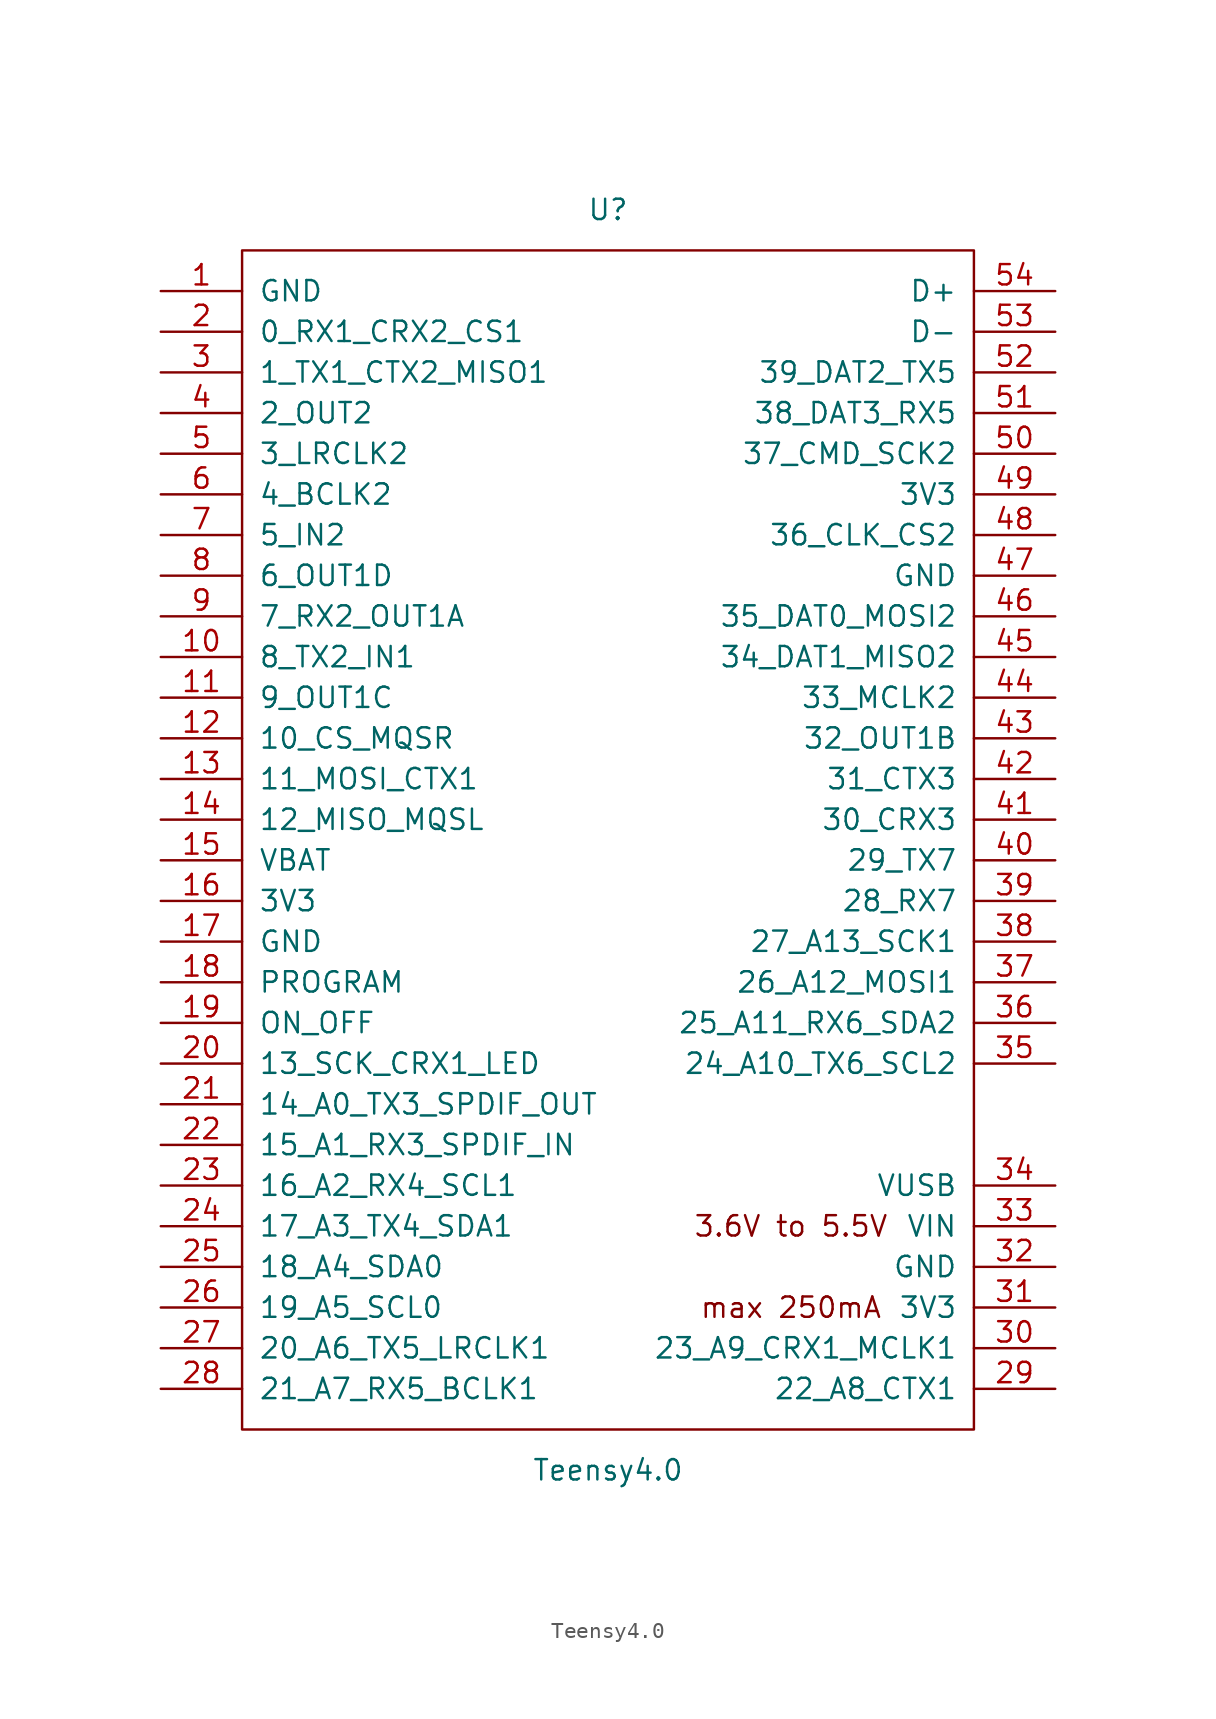
<source format=kicad_sym>
(kicad_symbol_lib
  (version 20201005)
  (generator kicad_symbol_editor)
  (symbol "teensy:Teensy4.0"
    (pin_names
      (offset 1.016))
    (property "Reference" "U"
      (at 0 39.37 0)
      (effects (font (size 1.27 1.27))))
    (property "Value" "Teensy4.0"
      (at 0 -39.37 0)
      (effects (font (size 1.27 1.27))))
    (symbol "Teensy4.0_0_0"
      (text "3.6V to 5.5V" (at 11.43 -24.13 0) (effects (font (size 1.27 1.27))))
      (text "max 250mA" (at 11.43 -29.21 0) (effects (font (size 1.27 1.27))))
      (pin bidirectional line (at -27.94 11.43 0) (length 5.08) (name "8_TX2_IN1" (effects (font (size 1.27 1.27)))) (number "10" (effects (font (size 1.27 1.27)))))
      (pin bidirectional line (at -27.94 8.89 0) (length 5.08) (name "9_OUT1C" (effects (font (size 1.27 1.27)))) (number "11" (effects (font (size 1.27 1.27)))))
      (pin bidirectional line (at -27.94 6.35 0) (length 5.08) (name "10_CS_MQSR" (effects (font (size 1.27 1.27)))) (number "12" (effects (font (size 1.27 1.27)))))
      (pin bidirectional line (at -27.94 3.81 0) (length 5.08) (name "11_MOSI_CTX1" (effects (font (size 1.27 1.27)))) (number "13" (effects (font (size 1.27 1.27)))))
      (pin bidirectional line (at -27.94 1.27 0) (length 5.08) (name "12_MISO_MQSL" (effects (font (size 1.27 1.27)))) (number "14" (effects (font (size 1.27 1.27)))))
      (pin power_in line (at -27.94 -1.27 0) (length 5.08) (name "VBAT" (effects (font (size 1.27 1.27)))) (number "15" (effects (font (size 1.27 1.27)))))
      (pin power_in line (at -27.94 -3.81 0) (length 5.08) (name "3V3" (effects (font (size 1.27 1.27)))) (number "16" (effects (font (size 1.27 1.27)))))
      (pin power_in line (at -27.94 -6.35 0) (length 5.08) (name "GND" (effects (font (size 1.27 1.27)))) (number "17" (effects (font (size 1.27 1.27)))))
      (pin input line (at -27.94 -8.89 0) (length 5.08) (name "PROGRAM" (effects (font (size 1.27 1.27)))) (number "18" (effects (font (size 1.27 1.27)))))
      (pin input line (at -27.94 -11.43 0) (length 5.08) (name "ON_OFF" (effects (font (size 1.27 1.27)))) (number "19" (effects (font (size 1.27 1.27)))))
      (pin bidirectional line (at -27.94 -13.97 0) (length 5.08) (name "13_SCK_CRX1_LED" (effects (font (size 1.27 1.27)))) (number "20" (effects (font (size 1.27 1.27)))))
      (pin bidirectional line (at -27.94 -16.51 0) (length 5.08) (name "14_A0_TX3_SPDIF_OUT" (effects (font (size 1.27 1.27)))) (number "21" (effects (font (size 1.27 1.27)))))
      (pin bidirectional line (at -27.94 -19.05 0) (length 5.08) (name "15_A1_RX3_SPDIF_IN" (effects (font (size 1.27 1.27)))) (number "22" (effects (font (size 1.27 1.27)))))
      (pin bidirectional line (at -27.94 -21.59 0) (length 5.08) (name "16_A2_RX4_SCL1" (effects (font (size 1.27 1.27)))) (number "23" (effects (font (size 1.27 1.27)))))
      (pin bidirectional line (at -27.94 -24.13 0) (length 5.08) (name "17_A3_TX4_SDA1" (effects (font (size 1.27 1.27)))) (number "24" (effects (font (size 1.27 1.27)))))
      (pin bidirectional line (at -27.94 -26.67 0) (length 5.08) (name "18_A4_SDA0" (effects (font (size 1.27 1.27)))) (number "25" (effects (font (size 1.27 1.27)))))
      (pin bidirectional line (at -27.94 -29.21 0) (length 5.08) (name "19_A5_SCL0" (effects (font (size 1.27 1.27)))) (number "26" (effects (font (size 1.27 1.27)))))
      (pin bidirectional line (at -27.94 -31.75 0) (length 5.08) (name "20_A6_TX5_LRCLK1" (effects (font (size 1.27 1.27)))) (number "27" (effects (font (size 1.27 1.27)))))
      (pin bidirectional line (at -27.94 -34.29 0) (length 5.08) (name "21_A7_RX5_BCLK1" (effects (font (size 1.27 1.27)))) (number "28" (effects (font (size 1.27 1.27)))))
      (pin bidirectional line (at 27.94 -34.29 180) (length 5.08) (name "22_A8_CTX1" (effects (font (size 1.27 1.27)))) (number "29" (effects (font (size 1.27 1.27)))))
      (pin bidirectional line (at 27.94 -31.75 180) (length 5.08) (name "23_A9_CRX1_MCLK1" (effects (font (size 1.27 1.27)))) (number "30" (effects (font (size 1.27 1.27)))))
      (pin power_out line (at 27.94 -29.21 180) (length 5.08) (name "3V3" (effects (font (size 1.27 1.27)))) (number "31" (effects (font (size 1.27 1.27)))))
      (pin power_in line (at 27.94 -26.67 180) (length 5.08) (name "GND" (effects (font (size 1.27 1.27)))) (number "32" (effects (font (size 1.27 1.27)))))
      (pin power_in line (at 27.94 -24.13 180) (length 5.08) (name "VIN" (effects (font (size 1.27 1.27)))) (number "33" (effects (font (size 1.27 1.27)))))
      (pin power_out line (at 27.94 -21.59 180) (length 5.08) (name "VUSB" (effects (font (size 1.27 1.27)))) (number "34" (effects (font (size 1.27 1.27)))))
      (pin bidirectional line (at 27.94 -13.97 180) (length 5.08) (name "24_A10_TX6_SCL2" (effects (font (size 1.27 1.27)))) (number "35" (effects (font (size 1.27 1.27)))))
      (pin bidirectional line (at 27.94 -11.43 180) (length 5.08) (name "25_A11_RX6_SDA2" (effects (font (size 1.27 1.27)))) (number "36" (effects (font (size 1.27 1.27)))))
      (pin bidirectional line (at 27.94 -8.89 180) (length 5.08) (name "26_A12_MOSI1" (effects (font (size 1.27 1.27)))) (number "37" (effects (font (size 1.27 1.27)))))
      (pin bidirectional line (at 27.94 -6.35 180) (length 5.08) (name "27_A13_SCK1" (effects (font (size 1.27 1.27)))) (number "38" (effects (font (size 1.27 1.27)))))
      (pin bidirectional line (at 27.94 -3.81 180) (length 5.08) (name "28_RX7" (effects (font (size 1.27 1.27)))) (number "39" (effects (font (size 1.27 1.27)))))
      (pin bidirectional line (at 27.94 -1.27 180) (length 5.08) (name "29_TX7" (effects (font (size 1.27 1.27)))) (number "40" (effects (font (size 1.27 1.27)))))
      (pin bidirectional line (at 27.94 1.27 180) (length 5.08) (name "30_CRX3" (effects (font (size 1.27 1.27)))) (number "41" (effects (font (size 1.27 1.27)))))
      (pin bidirectional line (at 27.94 3.81 180) (length 5.08) (name "31_CTX3" (effects (font (size 1.27 1.27)))) (number "42" (effects (font (size 1.27 1.27)))))
      (pin bidirectional line (at 27.94 6.35 180) (length 5.08) (name "32_OUT1B" (effects (font (size 1.27 1.27)))) (number "43" (effects (font (size 1.27 1.27)))))
      (pin bidirectional line (at 27.94 8.89 180) (length 5.08) (name "33_MCLK2" (effects (font (size 1.27 1.27)))) (number "44" (effects (font (size 1.27 1.27)))))
      (pin bidirectional line (at 27.94 11.43 180) (length 5.08) (name "34_DAT1_MISO2" (effects (font (size 1.27 1.27)))) (number "45" (effects (font (size 1.27 1.27)))))
      (pin bidirectional line (at 27.94 13.97 180) (length 5.08) (name "35_DAT0_MOSI2" (effects (font (size 1.27 1.27)))) (number "46" (effects (font (size 1.27 1.27)))))
      (pin power_out line (at 27.94 16.51 180) (length 5.08) (name "GND" (effects (font (size 1.27 1.27)))) (number "47" (effects (font (size 1.27 1.27)))))
      (pin bidirectional line (at 27.94 19.05 180) (length 5.08) (name "36_CLK_CS2" (effects (font (size 1.27 1.27)))) (number "48" (effects (font (size 1.27 1.27)))))
      (pin power_out line (at 27.94 21.59 180) (length 5.08) (name "3V3" (effects (font (size 1.27 1.27)))) (number "49" (effects (font (size 1.27 1.27)))))
      (pin bidirectional line (at -27.94 24.13 0) (length 5.08) (name "3_LRCLK2" (effects (font (size 1.27 1.27)))) (number "5" (effects (font (size 1.27 1.27)))))
      (pin bidirectional line (at 27.94 24.13 180) (length 5.08) (name "37_CMD_SCK2" (effects (font (size 1.27 1.27)))) (number "50" (effects (font (size 1.27 1.27)))))
      (pin bidirectional line (at 27.94 26.67 180) (length 5.08) (name "38_DAT3_RX5" (effects (font (size 1.27 1.27)))) (number "51" (effects (font (size 1.27 1.27)))))
      (pin bidirectional line (at 27.94 29.21 180) (length 5.08) (name "39_DAT2_TX5" (effects (font (size 1.27 1.27)))) (number "52" (effects (font (size 1.27 1.27)))))
      (pin bidirectional line (at 27.94 31.75 180) (length 5.08) (name "D-" (effects (font (size 1.27 1.27)))) (number "53" (effects (font (size 1.27 1.27)))))
      (pin bidirectional line (at 27.94 34.29 180) (length 5.08) (name "D+" (effects (font (size 1.27 1.27)))) (number "54" (effects (font (size 1.27 1.27)))))
      (pin bidirectional line (at -27.94 21.59 0) (length 5.08) (name "4_BCLK2" (effects (font (size 1.27 1.27)))) (number "6" (effects (font (size 1.27 1.27)))))
      (pin bidirectional line (at -27.94 19.05 0) (length 5.08) (name "5_IN2" (effects (font (size 1.27 1.27)))) (number "7" (effects (font (size 1.27 1.27)))))
      (pin bidirectional line (at -27.94 16.51 0) (length 5.08) (name "6_OUT1D" (effects (font (size 1.27 1.27)))) (number "8" (effects (font (size 1.27 1.27)))))
      (pin bidirectional line (at -27.94 13.97 0) (length 5.08) (name "7_RX2_OUT1A" (effects (font (size 1.27 1.27)))) (number "9" (effects (font (size 1.27 1.27))))))
    (symbol "Teensy4.0_0_1"
      (rectangle (start -22.86 36.83) (end 22.86 -36.83) (stroke (width 0)) (fill (type none)))
      (rectangle (start -20.32 -31.75) (end -20.32 -31.75) (stroke (width 0)) (fill (type none))))
    (symbol "Teensy4.0_1_1"
      (pin power_in line (at -27.94 34.29 0) (length 5.08) (name "GND" (effects (font (size 1.27 1.27)))) (number "1" (effects (font (size 1.27 1.27)))))
      (pin bidirectional line (at -27.94 31.75 0) (length 5.08) (name "0_RX1_CRX2_CS1" (effects (font (size 1.27 1.27)))) (number "2" (effects (font (size 1.27 1.27)))))
      (pin bidirectional line (at -27.94 29.21 0) (length 5.08) (name "1_TX1_CTX2_MISO1" (effects (font (size 1.27 1.27)))) (number "3" (effects (font (size 1.27 1.27)))))
      (pin bidirectional line (at -27.94 26.67 0) (length 5.08) (name "2_OUT2" (effects (font (size 1.27 1.27)))) (number "4" (effects (font (size 1.27 1.27))))))))
</source>
